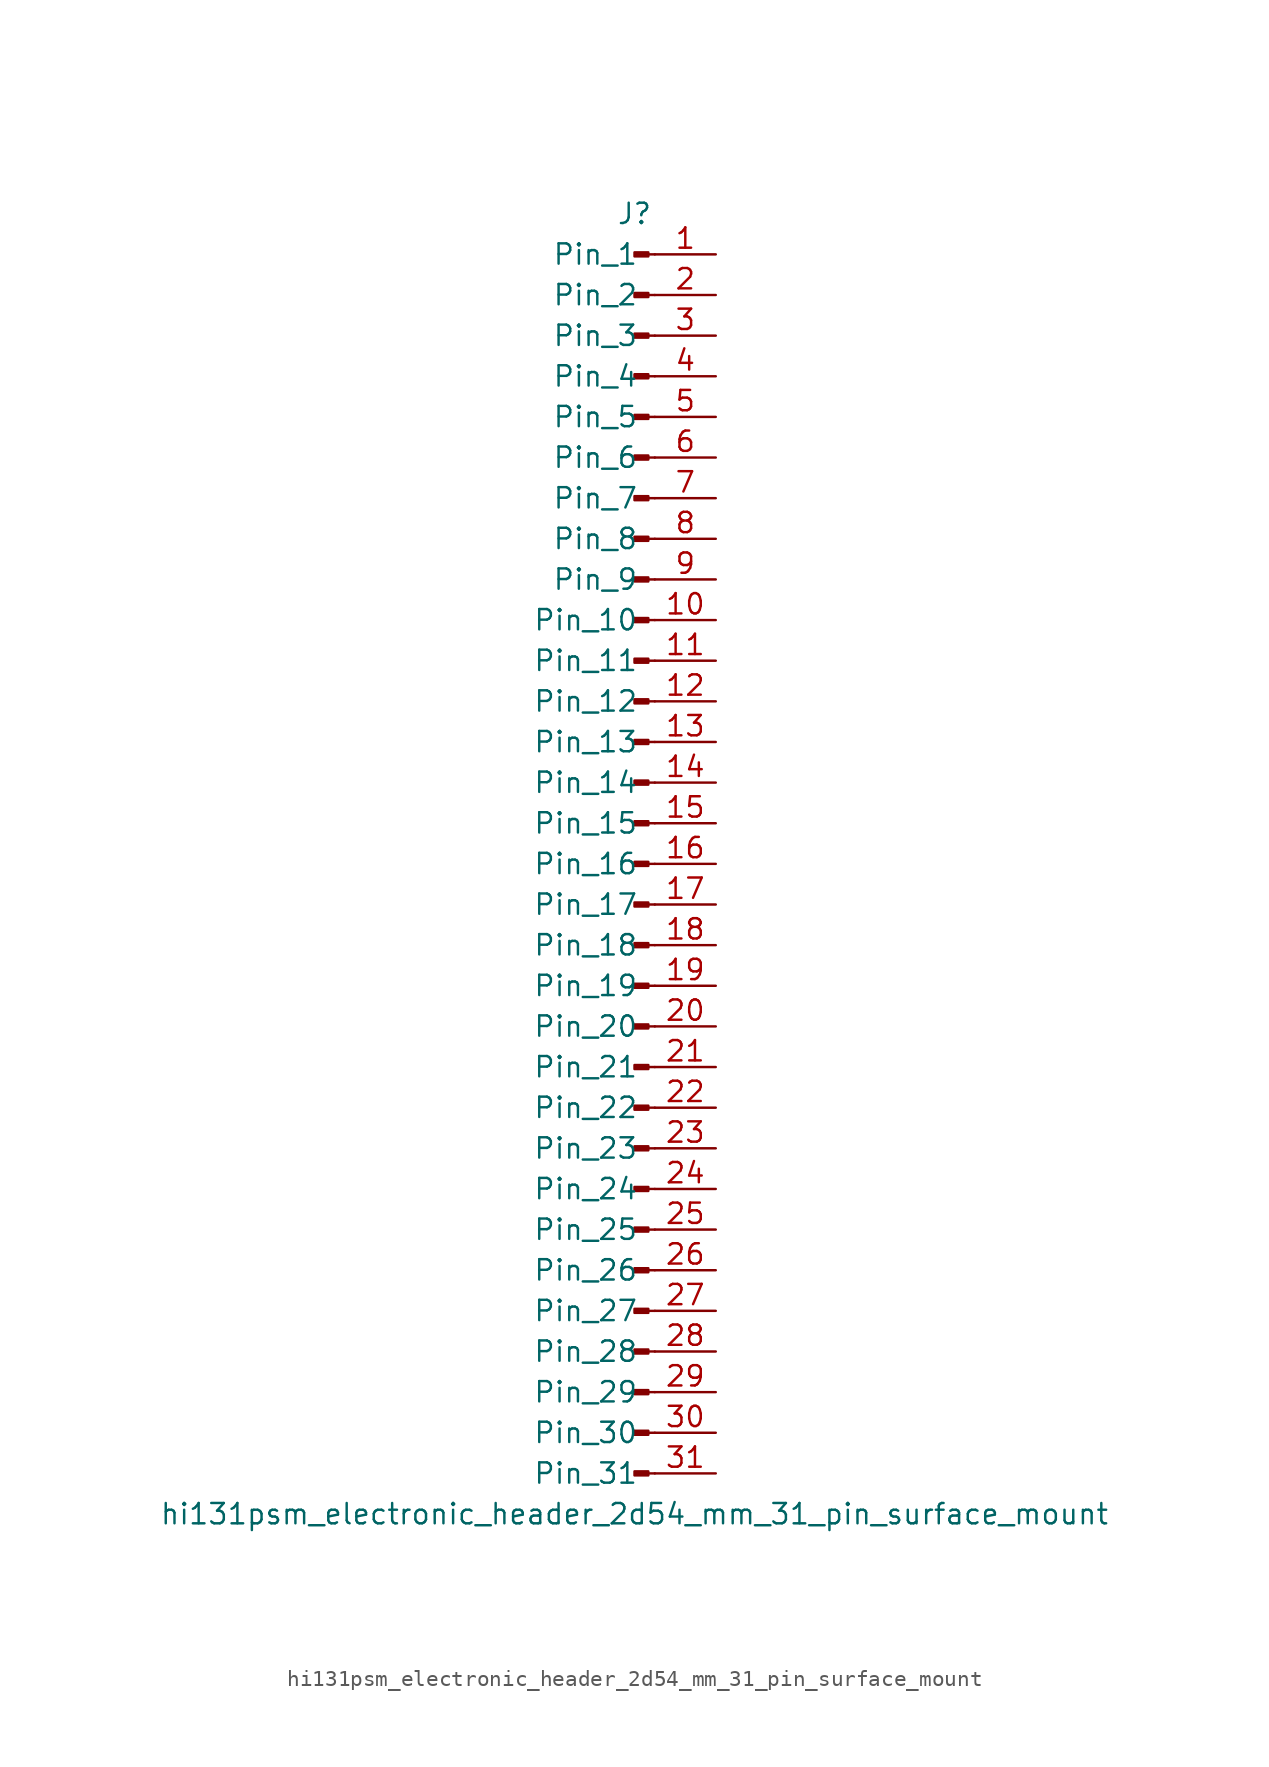
<source format=kicad_sym>
(kicad_symbol_lib
  (version 20220914)
  (generator kicad_symbol_editor)
  (symbol "hi131psm_electronic_header_2d54_mm_31_pin_surface_mount"
    (pin_names
      (offset 1.016))
    (property "Reference" "J"
      (at 0 40.64 0)
      (effects (font (size 1.27 1.27))))
    (property "Value" "hi131psm_electronic_header_2d54_mm_31_pin_surface_mount"
      (at 0 -40.64 0)
      (effects (font (size 1.27 1.27))))
    (property "ki_locked" ""
      (at 0 0 0)
      (effects (font (size 1.27 1.27))))
    (symbol "hi131psm_electronic_header_2d54_mm_31_pin_surface_mount_1_1"
      (polyline (pts (xy 1.27 -38.1) (xy 0.864 -38.1)) (stroke (width 0.152) (type default)) (fill (type none)))
      (polyline (pts (xy 1.27 -35.56) (xy 0.864 -35.56)) (stroke (width 0.152) (type default)) (fill (type none)))
      (polyline (pts (xy 1.27 -33.02) (xy 0.864 -33.02)) (stroke (width 0.152) (type default)) (fill (type none)))
      (polyline (pts (xy 1.27 -30.48) (xy 0.864 -30.48)) (stroke (width 0.152) (type default)) (fill (type none)))
      (polyline (pts (xy 1.27 -27.94) (xy 0.864 -27.94)) (stroke (width 0.152) (type default)) (fill (type none)))
      (polyline (pts (xy 1.27 -25.4) (xy 0.864 -25.4)) (stroke (width 0.152) (type default)) (fill (type none)))
      (polyline (pts (xy 1.27 -22.86) (xy 0.864 -22.86)) (stroke (width 0.152) (type default)) (fill (type none)))
      (polyline (pts (xy 1.27 -20.32) (xy 0.864 -20.32)) (stroke (width 0.152) (type default)) (fill (type none)))
      (polyline (pts (xy 1.27 -17.78) (xy 0.864 -17.78)) (stroke (width 0.152) (type default)) (fill (type none)))
      (polyline (pts (xy 1.27 -15.24) (xy 0.864 -15.24)) (stroke (width 0.152) (type default)) (fill (type none)))
      (polyline (pts (xy 1.27 -12.7) (xy 0.864 -12.7)) (stroke (width 0.152) (type default)) (fill (type none)))
      (polyline (pts (xy 1.27 -10.16) (xy 0.864 -10.16)) (stroke (width 0.152) (type default)) (fill (type none)))
      (polyline (pts (xy 1.27 -7.62) (xy 0.864 -7.62)) (stroke (width 0.152) (type default)) (fill (type none)))
      (polyline (pts (xy 1.27 -5.08) (xy 0.864 -5.08)) (stroke (width 0.152) (type default)) (fill (type none)))
      (polyline (pts (xy 1.27 -2.54) (xy 0.864 -2.54)) (stroke (width 0.152) (type default)) (fill (type none)))
      (polyline (pts (xy 1.27 0) (xy 0.864 0)) (stroke (width 0.152) (type default)) (fill (type none)))
      (polyline (pts (xy 1.27 2.54) (xy 0.864 2.54)) (stroke (width 0.152) (type default)) (fill (type none)))
      (polyline (pts (xy 1.27 5.08) (xy 0.864 5.08)) (stroke (width 0.152) (type default)) (fill (type none)))
      (polyline (pts (xy 1.27 7.62) (xy 0.864 7.62)) (stroke (width 0.152) (type default)) (fill (type none)))
      (polyline (pts (xy 1.27 10.16) (xy 0.864 10.16)) (stroke (width 0.152) (type default)) (fill (type none)))
      (polyline (pts (xy 1.27 12.7) (xy 0.864 12.7)) (stroke (width 0.152) (type default)) (fill (type none)))
      (polyline (pts (xy 1.27 15.24) (xy 0.864 15.24)) (stroke (width 0.152) (type default)) (fill (type none)))
      (polyline (pts (xy 1.27 17.78) (xy 0.864 17.78)) (stroke (width 0.152) (type default)) (fill (type none)))
      (polyline (pts (xy 1.27 20.32) (xy 0.864 20.32)) (stroke (width 0.152) (type default)) (fill (type none)))
      (polyline (pts (xy 1.27 22.86) (xy 0.864 22.86)) (stroke (width 0.152) (type default)) (fill (type none)))
      (polyline (pts (xy 1.27 25.4) (xy 0.864 25.4)) (stroke (width 0.152) (type default)) (fill (type none)))
      (polyline (pts (xy 1.27 27.94) (xy 0.864 27.94)) (stroke (width 0.152) (type default)) (fill (type none)))
      (polyline (pts (xy 1.27 30.48) (xy 0.864 30.48)) (stroke (width 0.152) (type default)) (fill (type none)))
      (polyline (pts (xy 1.27 33.02) (xy 0.864 33.02)) (stroke (width 0.152) (type default)) (fill (type none)))
      (polyline (pts (xy 1.27 35.56) (xy 0.864 35.56)) (stroke (width 0.152) (type default)) (fill (type none)))
      (polyline (pts (xy 1.27 38.1) (xy 0.864 38.1)) (stroke (width 0.152) (type default)) (fill (type none)))
      (rectangle (start 0.864 -37.973) (end 0 -38.227) (stroke (width 0.152) (type default)) (fill (type outline)))
      (rectangle (start 0.864 -35.433) (end 0 -35.687) (stroke (width 0.152) (type default)) (fill (type outline)))
      (rectangle (start 0.864 -32.893) (end 0 -33.147) (stroke (width 0.152) (type default)) (fill (type outline)))
      (rectangle (start 0.864 -30.353) (end 0 -30.607) (stroke (width 0.152) (type default)) (fill (type outline)))
      (rectangle (start 0.864 -27.813) (end 0 -28.067) (stroke (width 0.152) (type default)) (fill (type outline)))
      (rectangle (start 0.864 -25.273) (end 0 -25.527) (stroke (width 0.152) (type default)) (fill (type outline)))
      (rectangle (start 0.864 -22.733) (end 0 -22.987) (stroke (width 0.152) (type default)) (fill (type outline)))
      (rectangle (start 0.864 -20.193) (end 0 -20.447) (stroke (width 0.152) (type default)) (fill (type outline)))
      (rectangle (start 0.864 -17.653) (end 0 -17.907) (stroke (width 0.152) (type default)) (fill (type outline)))
      (rectangle (start 0.864 -15.113) (end 0 -15.367) (stroke (width 0.152) (type default)) (fill (type outline)))
      (rectangle (start 0.864 -12.573) (end 0 -12.827) (stroke (width 0.152) (type default)) (fill (type outline)))
      (rectangle (start 0.864 -10.033) (end 0 -10.287) (stroke (width 0.152) (type default)) (fill (type outline)))
      (rectangle (start 0.864 -7.493) (end 0 -7.747) (stroke (width 0.152) (type default)) (fill (type outline)))
      (rectangle (start 0.864 -4.953) (end 0 -5.207) (stroke (width 0.152) (type default)) (fill (type outline)))
      (rectangle (start 0.864 -2.413) (end 0 -2.667) (stroke (width 0.152) (type default)) (fill (type outline)))
      (rectangle (start 0.864 0.127) (end 0 -0.127) (stroke (width 0.152) (type default)) (fill (type outline)))
      (rectangle (start 0.864 2.667) (end 0 2.413) (stroke (width 0.152) (type default)) (fill (type outline)))
      (rectangle (start 0.864 5.207) (end 0 4.953) (stroke (width 0.152) (type default)) (fill (type outline)))
      (rectangle (start 0.864 7.747) (end 0 7.493) (stroke (width 0.152) (type default)) (fill (type outline)))
      (rectangle (start 0.864 10.287) (end 0 10.033) (stroke (width 0.152) (type default)) (fill (type outline)))
      (rectangle (start 0.864 12.827) (end 0 12.573) (stroke (width 0.152) (type default)) (fill (type outline)))
      (rectangle (start 0.864 15.367) (end 0 15.113) (stroke (width 0.152) (type default)) (fill (type outline)))
      (rectangle (start 0.864 17.907) (end 0 17.653) (stroke (width 0.152) (type default)) (fill (type outline)))
      (rectangle (start 0.864 20.447) (end 0 20.193) (stroke (width 0.152) (type default)) (fill (type outline)))
      (rectangle (start 0.864 22.987) (end 0 22.733) (stroke (width 0.152) (type default)) (fill (type outline)))
      (rectangle (start 0.864 25.527) (end 0 25.273) (stroke (width 0.152) (type default)) (fill (type outline)))
      (rectangle (start 0.864 28.067) (end 0 27.813) (stroke (width 0.152) (type default)) (fill (type outline)))
      (rectangle (start 0.864 30.607) (end 0 30.353) (stroke (width 0.152) (type default)) (fill (type outline)))
      (rectangle (start 0.864 33.147) (end 0 32.893) (stroke (width 0.152) (type default)) (fill (type outline)))
      (rectangle (start 0.864 35.687) (end 0 35.433) (stroke (width 0.152) (type default)) (fill (type outline)))
      (rectangle (start 0.864 38.227) (end 0 37.973) (stroke (width 0.152) (type default)) (fill (type outline)))
      (pin passive line (at 5.08 38.1 180) (length 3.81) (name "Pin_1" (effects (font (size 1.27 1.27)))) (number "1" (effects (font (size 1.27 1.27)))))
      (pin passive line (at 5.08 15.24 180) (length 3.81) (name "Pin_10" (effects (font (size 1.27 1.27)))) (number "10" (effects (font (size 1.27 1.27)))))
      (pin passive line (at 5.08 12.7 180) (length 3.81) (name "Pin_11" (effects (font (size 1.27 1.27)))) (number "11" (effects (font (size 1.27 1.27)))))
      (pin passive line (at 5.08 10.16 180) (length 3.81) (name "Pin_12" (effects (font (size 1.27 1.27)))) (number "12" (effects (font (size 1.27 1.27)))))
      (pin passive line (at 5.08 7.62 180) (length 3.81) (name "Pin_13" (effects (font (size 1.27 1.27)))) (number "13" (effects (font (size 1.27 1.27)))))
      (pin passive line (at 5.08 5.08 180) (length 3.81) (name "Pin_14" (effects (font (size 1.27 1.27)))) (number "14" (effects (font (size 1.27 1.27)))))
      (pin passive line (at 5.08 2.54 180) (length 3.81) (name "Pin_15" (effects (font (size 1.27 1.27)))) (number "15" (effects (font (size 1.27 1.27)))))
      (pin passive line (at 5.08 0 180) (length 3.81) (name "Pin_16" (effects (font (size 1.27 1.27)))) (number "16" (effects (font (size 1.27 1.27)))))
      (pin passive line (at 5.08 -2.54 180) (length 3.81) (name "Pin_17" (effects (font (size 1.27 1.27)))) (number "17" (effects (font (size 1.27 1.27)))))
      (pin passive line (at 5.08 -5.08 180) (length 3.81) (name "Pin_18" (effects (font (size 1.27 1.27)))) (number "18" (effects (font (size 1.27 1.27)))))
      (pin passive line (at 5.08 -7.62 180) (length 3.81) (name "Pin_19" (effects (font (size 1.27 1.27)))) (number "19" (effects (font (size 1.27 1.27)))))
      (pin passive line (at 5.08 35.56 180) (length 3.81) (name "Pin_2" (effects (font (size 1.27 1.27)))) (number "2" (effects (font (size 1.27 1.27)))))
      (pin passive line (at 5.08 -10.16 180) (length 3.81) (name "Pin_20" (effects (font (size 1.27 1.27)))) (number "20" (effects (font (size 1.27 1.27)))))
      (pin passive line (at 5.08 -12.7 180) (length 3.81) (name "Pin_21" (effects (font (size 1.27 1.27)))) (number "21" (effects (font (size 1.27 1.27)))))
      (pin passive line (at 5.08 -15.24 180) (length 3.81) (name "Pin_22" (effects (font (size 1.27 1.27)))) (number "22" (effects (font (size 1.27 1.27)))))
      (pin passive line (at 5.08 -17.78 180) (length 3.81) (name "Pin_23" (effects (font (size 1.27 1.27)))) (number "23" (effects (font (size 1.27 1.27)))))
      (pin passive line (at 5.08 -20.32 180) (length 3.81) (name "Pin_24" (effects (font (size 1.27 1.27)))) (number "24" (effects (font (size 1.27 1.27)))))
      (pin passive line (at 5.08 -22.86 180) (length 3.81) (name "Pin_25" (effects (font (size 1.27 1.27)))) (number "25" (effects (font (size 1.27 1.27)))))
      (pin passive line (at 5.08 -25.4 180) (length 3.81) (name "Pin_26" (effects (font (size 1.27 1.27)))) (number "26" (effects (font (size 1.27 1.27)))))
      (pin passive line (at 5.08 -27.94 180) (length 3.81) (name "Pin_27" (effects (font (size 1.27 1.27)))) (number "27" (effects (font (size 1.27 1.27)))))
      (pin passive line (at 5.08 -30.48 180) (length 3.81) (name "Pin_28" (effects (font (size 1.27 1.27)))) (number "28" (effects (font (size 1.27 1.27)))))
      (pin passive line (at 5.08 -33.02 180) (length 3.81) (name "Pin_29" (effects (font (size 1.27 1.27)))) (number "29" (effects (font (size 1.27 1.27)))))
      (pin passive line (at 5.08 33.02 180) (length 3.81) (name "Pin_3" (effects (font (size 1.27 1.27)))) (number "3" (effects (font (size 1.27 1.27)))))
      (pin passive line (at 5.08 -35.56 180) (length 3.81) (name "Pin_30" (effects (font (size 1.27 1.27)))) (number "30" (effects (font (size 1.27 1.27)))))
      (pin passive line (at 5.08 -38.1 180) (length 3.81) (name "Pin_31" (effects (font (size 1.27 1.27)))) (number "31" (effects (font (size 1.27 1.27)))))
      (pin passive line (at 5.08 30.48 180) (length 3.81) (name "Pin_4" (effects (font (size 1.27 1.27)))) (number "4" (effects (font (size 1.27 1.27)))))
      (pin passive line (at 5.08 27.94 180) (length 3.81) (name "Pin_5" (effects (font (size 1.27 1.27)))) (number "5" (effects (font (size 1.27 1.27)))))
      (pin passive line (at 5.08 25.4 180) (length 3.81) (name "Pin_6" (effects (font (size 1.27 1.27)))) (number "6" (effects (font (size 1.27 1.27)))))
      (pin passive line (at 5.08 22.86 180) (length 3.81) (name "Pin_7" (effects (font (size 1.27 1.27)))) (number "7" (effects (font (size 1.27 1.27)))))
      (pin passive line (at 5.08 20.32 180) (length 3.81) (name "Pin_8" (effects (font (size 1.27 1.27)))) (number "8" (effects (font (size 1.27 1.27)))))
      (pin passive line (at 5.08 17.78 180) (length 3.81) (name "Pin_9" (effects (font (size 1.27 1.27)))) (number "9" (effects (font (size 1.27 1.27))))))))
</source>
